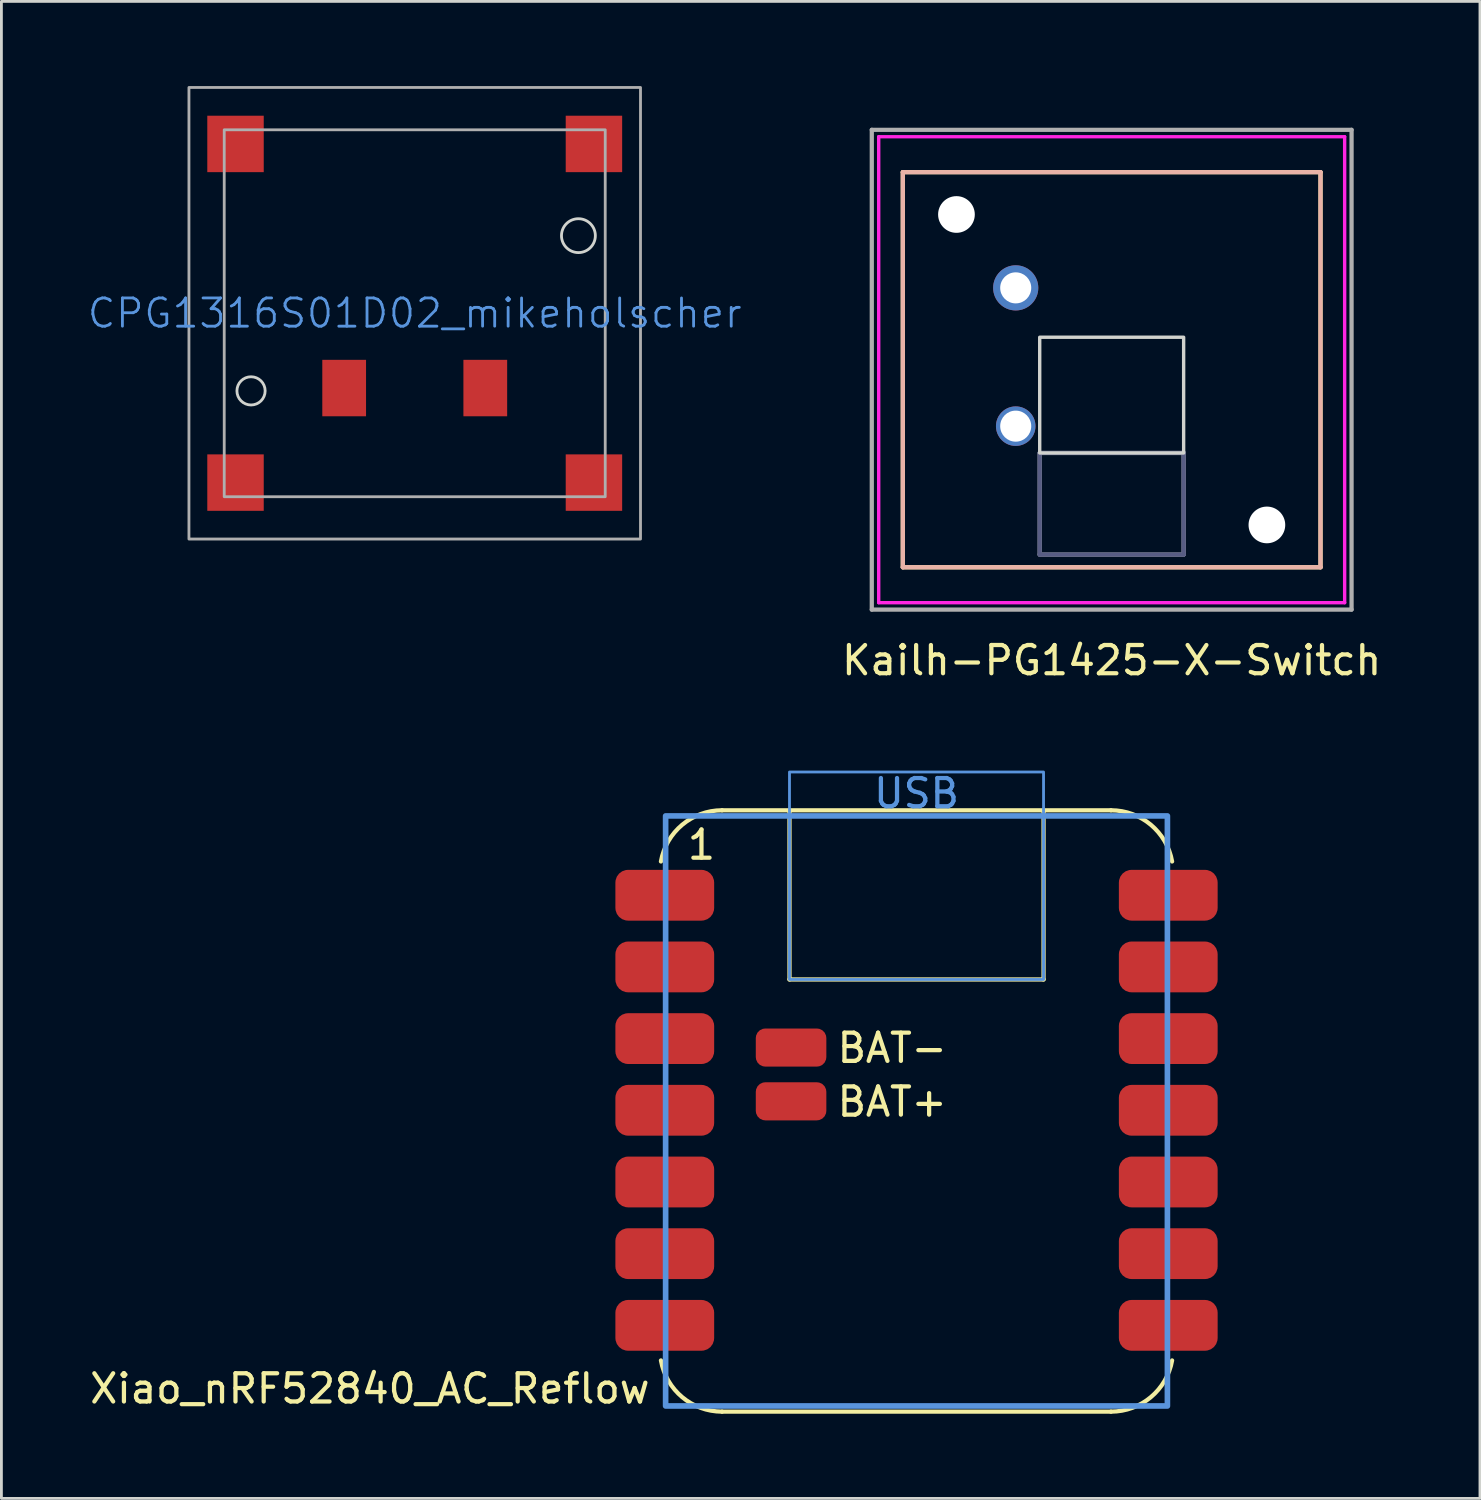
<source format=kicad_pcb>
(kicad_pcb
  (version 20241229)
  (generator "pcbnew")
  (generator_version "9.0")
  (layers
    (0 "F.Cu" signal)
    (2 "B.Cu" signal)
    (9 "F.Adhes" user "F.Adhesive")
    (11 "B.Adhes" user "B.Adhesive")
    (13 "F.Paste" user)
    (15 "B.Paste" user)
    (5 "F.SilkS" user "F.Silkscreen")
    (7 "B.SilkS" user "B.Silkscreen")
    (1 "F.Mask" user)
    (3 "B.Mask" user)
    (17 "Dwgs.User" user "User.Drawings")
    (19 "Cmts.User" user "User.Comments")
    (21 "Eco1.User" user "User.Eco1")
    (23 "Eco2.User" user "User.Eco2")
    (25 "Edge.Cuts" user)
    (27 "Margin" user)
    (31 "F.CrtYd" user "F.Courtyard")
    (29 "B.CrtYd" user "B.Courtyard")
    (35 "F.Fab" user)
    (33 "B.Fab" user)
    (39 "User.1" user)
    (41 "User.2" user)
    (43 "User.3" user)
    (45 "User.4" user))
  (footprint "CPG1316S01D02_mikeholscher"
    (layer "F.Cu")
    (at 11.645 8.05)
    (property "Reference" "CPG1316S01D02_mikeholscher" (at 0 0 0) (unlocked yes) (layer "Cmts.User") (effects (font (size 1 1) (thickness 0.1))))
    (attr smd)
    (fp_circle (center -5.8 2.75) (end -5.3 2.75) (stroke (width 0.1) (type default)) (fill no) (layer "Edge.Cuts"))
    (fp_circle (center 5.8 -2.75) (end 6.4 -2.75) (stroke (width 0.1) (type default)) (fill no) (layer "Edge.Cuts"))
    (fp_poly (pts (xy -8 8) (xy 8 8) (xy 8 -8) (xy -8 -8)) (stroke (width 0.1) (type default)) (fill no) (layer "F.Fab"))
    (fp_poly (pts (xy -6.75 -6.5) (xy 6.75 -6.5) (xy 6.75 6.5) (xy -6.75 6.5)) (stroke (width 0.1) (type default)) (fill no) (layer "F.Fab"))
    (pad "" smd rect (at -6.35 -6) (size 2 2) (layers "F.Cu" "F.Mask" "F.Paste"))
    (pad "" smd rect (at -6.35 6) (size 2 2) (layers "F.Cu" "F.Mask" "F.Paste"))
    (pad "" smd rect (at 6.35 -6) (size 2 2) (layers "F.Cu" "F.Mask" "F.Paste"))
    (pad "" smd rect (at 6.35 6) (size 2 2) (layers "F.Cu" "F.Mask" "F.Paste"))
    (pad "1" smd rect (at -2.5 2.65) (size 1.55 2) (layers "F.Cu" "F.Mask" "F.Paste"))
    (pad "2" smd rect (at 2.5 2.65) (size 1.55 2) (layers "F.Cu" "F.Mask" "F.Paste")))
  (footprint "Kailh-PG1425-X-Switch"
    (layer "F.Cu")
    (at 36.34 10.05)
    (property "Reference" "Kailh-PG1425-X-Switch" (at 0 10.3 180) (layer "F.SilkS") (effects (font (size 1 1) (thickness 0.15))))
    (attr through_hole)
    (fp_line (start -7.4 -7) (end 7.4 -7) (stroke (width 0.15) (type solid)) (layer "F.SilkS"))
    (fp_line (start -7.4 7) (end -7.4 -7) (stroke (width 0.15) (type solid)) (layer "F.SilkS"))
    (fp_line (start 7.4 -7) (end 7.4 7) (stroke (width 0.15) (type solid)) (layer "F.SilkS"))
    (fp_line (start 7.4 7) (end -7.4 7) (stroke (width 0.15) (type solid)) (layer "F.SilkS"))
    (fp_line (start -7.4 -7) (end -7.4 7) (stroke (width 0.15) (type solid)) (layer "B.SilkS"))
    (fp_line (start -7.4 7) (end 7.4 7) (stroke (width 0.15) (type solid)) (layer "B.SilkS"))
    (fp_line (start 7.4 -7) (end -7.4 -7) (stroke (width 0.15) (type solid)) (layer "B.SilkS"))
    (fp_line (start 7.4 7) (end 7.4 -7) (stroke (width 0.15) (type solid)) (layer "B.SilkS"))
    (fp_rect (start -2.55 -1.15) (end 2.55 2.95) (stroke (width 0.12) (type default)) (fill no) (layer "Edge.Cuts"))
    (fp_line (start -8.255 -8.255) (end 8.255 -8.255) (stroke (width 0.12) (type solid)) (layer "F.CrtYd"))
    (fp_line (start -8.255 8.255) (end -8.255 -8.255) (stroke (width 0.12) (type solid)) (layer "F.CrtYd"))
    (fp_line (start 8.255 -8.255) (end 8.255 8.255) (stroke (width 0.12) (type solid)) (layer "F.CrtYd"))
    (fp_line (start 8.255 8.255) (end -8.255 8.255) (stroke (width 0.12) (type solid)) (layer "F.CrtYd"))
    (fp_line (start -2.55 2.95) (end 2.55 2.95) (stroke (width 0.15) (type solid)) (layer "B.Fab"))
    (fp_line (start -2.55 6.55) (end -2.55 2.95) (stroke (width 0.15) (type solid)) (layer "B.Fab"))
    (fp_line (start 2.55 2.95) (end 2.55 6.55) (stroke (width 0.15) (type solid)) (layer "B.Fab"))
    (fp_line (start 2.55 6.55) (end -2.55 6.55) (stroke (width 0.15) (type solid)) (layer "B.Fab"))
    (fp_line (start -8.5 -8.5) (end 8.5 -8.5) (stroke (width 0.15) (type solid)) (layer "F.Fab"))
    (fp_line (start -8.5 8.5) (end -8.5 -8.5) (stroke (width 0.15) (type solid)) (layer "F.Fab"))
    (fp_line (start -2.55 2.95) (end -2.55 6.55) (stroke (width 0.15) (type solid)) (layer "F.Fab"))
    (fp_line (start -2.55 6.55) (end 2.55 6.55) (stroke (width 0.15) (type solid)) (layer "F.Fab"))
    (fp_line (start 2.55 2.95) (end -2.55 2.95) (stroke (width 0.15) (type solid)) (layer "F.Fab"))
    (fp_line (start 2.55 6.55) (end 2.55 2.95) (stroke (width 0.15) (type solid)) (layer "F.Fab"))
    (fp_line (start 8.5 -8.5) (end 8.5 8.5) (stroke (width 0.15) (type solid)) (layer "F.Fab"))
    (fp_line (start 8.5 8.5) (end -8.5 8.5) (stroke (width 0.15) (type solid)) (layer "F.Fab"))
    (fp_line (start -10 -10) (end 10 -10) (stroke (width 0.1) (type default)) (layer "User.4"))
    (fp_line (start -10 10) (end -10 -10) (stroke (width 0.1) (type default)) (layer "User.4"))
    (fp_line (start 10 -10) (end 10 10) (stroke (width 0.1) (type default)) (layer "User.4"))
    (fp_line (start 10 10) (end -10 10) (stroke (width 0.1) (type default)) (layer "User.4"))
    (pad "" np_thru_hole circle (at -5.5 -5.5 180) (size 1.3 1.3) (drill 1.3) (layers "*.Cu" "*.Mask"))
    (pad "" np_thru_hole circle (at 5.5 5.5 180) (size 1.3 1.3) (drill 1.3) (layers "*.Cu" "*.Mask"))
    (pad "1" thru_hole circle (at -3.4 -2.9 180) (size 1.6 1.6) (drill 1.1) (layers "*.Cu" "*.Mask"))
    (pad "2" thru_hole circle (at -3.4 2 180) (size 1.4 1.4) (drill 1.1) (layers "*.Cu" "*.Mask")))
  (footprint "Xiao_nRF52840_AC_Reflow"
    (layer "F.Cu")
    (at 29.425 36.291)
    (property "Reference" "Xiao_nRF52840_AC_Reflow" (at -9.366 9.863 0) (layer "F.SilkS") (effects (font (size 1 1) (thickness 0.15)) (justify right)))
    (attr smd exclude_from_pos_files exclude_from_bom)
    (fp_line (start -6.89 -10.63) (end 6.89 -10.63) (stroke (width 0.15) (type default)) (layer "F.SilkS"))
    (fp_line (start -4.501 -4.636) (end -4.501 -10.63) (stroke (width 0.15) (type default)) (layer "F.SilkS"))
    (fp_line (start 4.501 -4.636) (end -4.501 -4.636) (stroke (width 0.15) (type default)) (layer "F.SilkS"))
    (fp_line (start 4.501 -4.636) (end 4.501 -10.63) (stroke (width 0.15) (type default)) (layer "F.SilkS"))
    (fp_line (start 6.89 10.678) (end -6.89 10.678) (stroke (width 0.15) (type default)) (layer "F.SilkS"))
    (fp_arc (start -9.055742 -8.816738) (mid -8.302299 -10.116834) (end -6.890001 -10.63) (stroke (width 0.15) (type default)) (layer "F.SilkS"))
    (fp_arc (start -6.89 10.6775) (mid -8.302299 10.164335) (end -9.055742 8.864239) (stroke (width 0.15) (type default)) (layer "F.SilkS"))
    (fp_arc (start 6.889999 -10.63) (mid 8.302298 -10.116835) (end 9.05574 -8.816738) (stroke (width 0.15) (type default)) (layer "F.SilkS"))
    (fp_arc (start 9.05574 8.864238) (mid 8.302298 10.164335) (end 6.889999 10.6775) (stroke (width 0.15) (type default)) (layer "F.SilkS"))
    (fp_rect (start -8.89 -10.43) (end 8.89 10.477) (stroke (width 0.2) (type solid)) (fill no) (layer "Cmts.User"))
    (fp_rect (start -4.501 -11.986) (end 4.501 -4.636) (stroke (width 0.1) (type default)) (fill no) (layer "Cmts.User"))
    (fp_text user "1" (at -7.62 -8.82 0) (layer "F.SilkS") (effects (font (size 1 1) (thickness 0.15)) (justify bottom)))
    (fp_text user "BAT-" (at -2.89 -1.621 0) (unlocked yes) (layer "F.SilkS") (effects (font (size 1 1) (thickness 0.15)) (justify left bottom)))
    (fp_text user "BAT+" (at -2.89 0.284 0) (unlocked yes) (layer "F.SilkS") (effects (font (size 1 1) (thickness 0.15)) (justify left bottom)))
    (fp_text user "USB" (at -0.000001 -10.643 0) (layer "Cmts.User") (effects (font (size 1 1) (thickness 0.15)) (justify bottom)))
    (pad "1" smd roundrect (at -8.92 -7.62) (size 3.5 1.8) (layers "F.Cu" "F.Mask" "F.Paste") (roundrect_rratio 0.25))
    (pad "2" smd roundrect (at -8.92 -5.08) (size 3.5 1.8) (layers "F.Cu" "F.Mask" "F.Paste") (roundrect_rratio 0.25))
    (pad "3" smd roundrect (at -8.92 -2.54) (size 3.5 1.8) (layers "F.Cu" "F.Mask" "F.Paste") (roundrect_rratio 0.25))
    (pad "4" smd roundrect (at -8.92 0) (size 3.5 1.8) (layers "F.Cu" "F.Mask" "F.Paste") (roundrect_rratio 0.25))
    (pad "5" smd roundrect (at -8.92 2.54) (size 3.5 1.8) (layers "F.Cu" "F.Mask" "F.Paste") (roundrect_rratio 0.25))
    (pad "6" smd roundrect (at -8.92 5.08) (size 3.5 1.8) (layers "F.Cu" "F.Mask" "F.Paste") (roundrect_rratio 0.25))
    (pad "7" smd roundrect (at -8.92 7.62) (size 3.5 1.8) (layers "F.Cu" "F.Mask" "F.Paste") (roundrect_rratio 0.25))
    (pad "8" smd roundrect (at 8.92 -7.62 180) (size 3.5 1.8) (layers "F.Cu" "F.Mask" "F.Paste") (roundrect_rratio 0.25))
    (pad "9" smd roundrect (at 8.92 -5.08 180) (size 3.5 1.8) (layers "F.Cu" "F.Mask" "F.Paste") (roundrect_rratio 0.25))
    (pad "10" smd roundrect (at 8.92 -2.54 180) (size 3.5 1.8) (layers "F.Cu" "F.Mask" "F.Paste") (roundrect_rratio 0.25))
    (pad "11" smd roundrect (at 8.92 0 180) (size 3.5 1.8) (layers "F.Cu" "F.Mask" "F.Paste") (roundrect_rratio 0.25))
    (pad "12" smd roundrect (at 8.92 2.54 180) (size 3.5 1.8) (layers "F.Cu" "F.Mask" "F.Paste") (roundrect_rratio 0.25))
    (pad "13" smd roundrect (at 8.92 5.08) (size 3.5 1.8) (layers "F.Cu" "F.Mask" "F.Paste") (roundrect_rratio 0.25))
    (pad "14" smd roundrect (at 8.92 7.62) (size 3.5 1.8) (layers "F.Cu" "F.Mask" "F.Paste") (roundrect_rratio 0.25))
    (pad "15" smd roundrect (at -4.445 -2.223) (size 2.5 1.35) (layers "F.Cu" "F.Mask" "F.Paste") (roundrect_rratio 0.25))
    (pad "16" smd roundrect (at -4.445 -0.318) (size 2.5 1.35) (layers "F.Cu" "F.Mask" "F.Paste") (roundrect_rratio 0.25)))
  (gr_rect
    (start -3 -3)
    (end 49.39 50.043)
    (stroke (width 0.1) (type default))
    (fill no)
    (layer "Edge.Cuts")))
</source>
